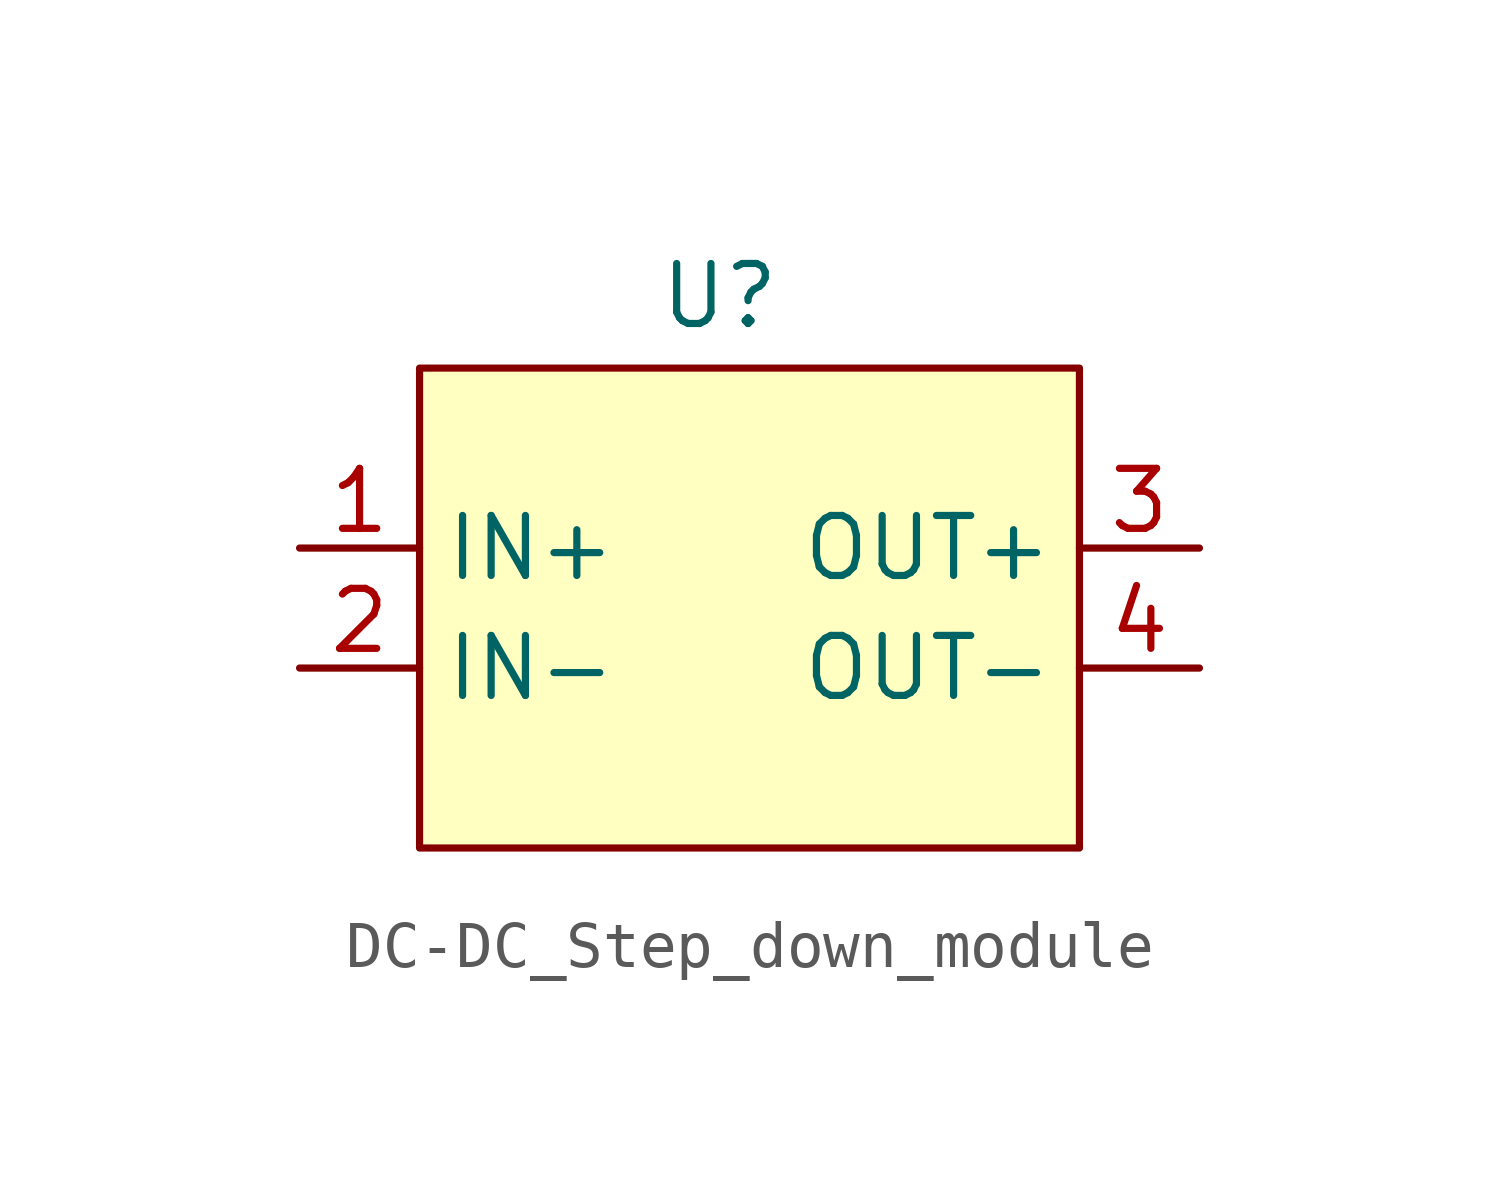
<source format=kicad_sym>
(kicad_symbol_lib
  (version 20241209)
  (generator "kicad_symbol_editor")
  (generator_version "9.0")
  (symbol "DC-DC_Step_down_module"
    (property "Reference" "U"
      (at 0 1.524 0)
      (effects (font (size 1.27 1.27))))
    (property "Value" ""
      (at 0 0 0)
      (effects (font (size 1.27 1.27))))
    (symbol "DC-DC_Step_down_module_1_1"
      (rectangle (start -6.35 0) (end 7.62 -10.16) (stroke (width 0) (type solid)) (fill (type background)))
      (pin input line (at -8.89 -3.81 0) (length 2.54) (name "IN+" (effects (font (size 1.27 1.27)))) (number "1" (effects (font (size 1.27 1.27)))))
      (pin input line (at -8.89 -6.35 0) (length 2.54) (name "IN-" (effects (font (size 1.27 1.27)))) (number "2" (effects (font (size 1.27 1.27)))))
      (pin output line (at 10.16 -3.81 180) (length 2.54) (name "OUT+" (effects (font (size 1.27 1.27)))) (number "3" (effects (font (size 1.27 1.27)))))
      (pin output line (at 10.16 -6.35 180) (length 2.54) (name "OUT-" (effects (font (size 1.27 1.27)))) (number "4" (effects (font (size 1.27 1.27))))))))
</source>
